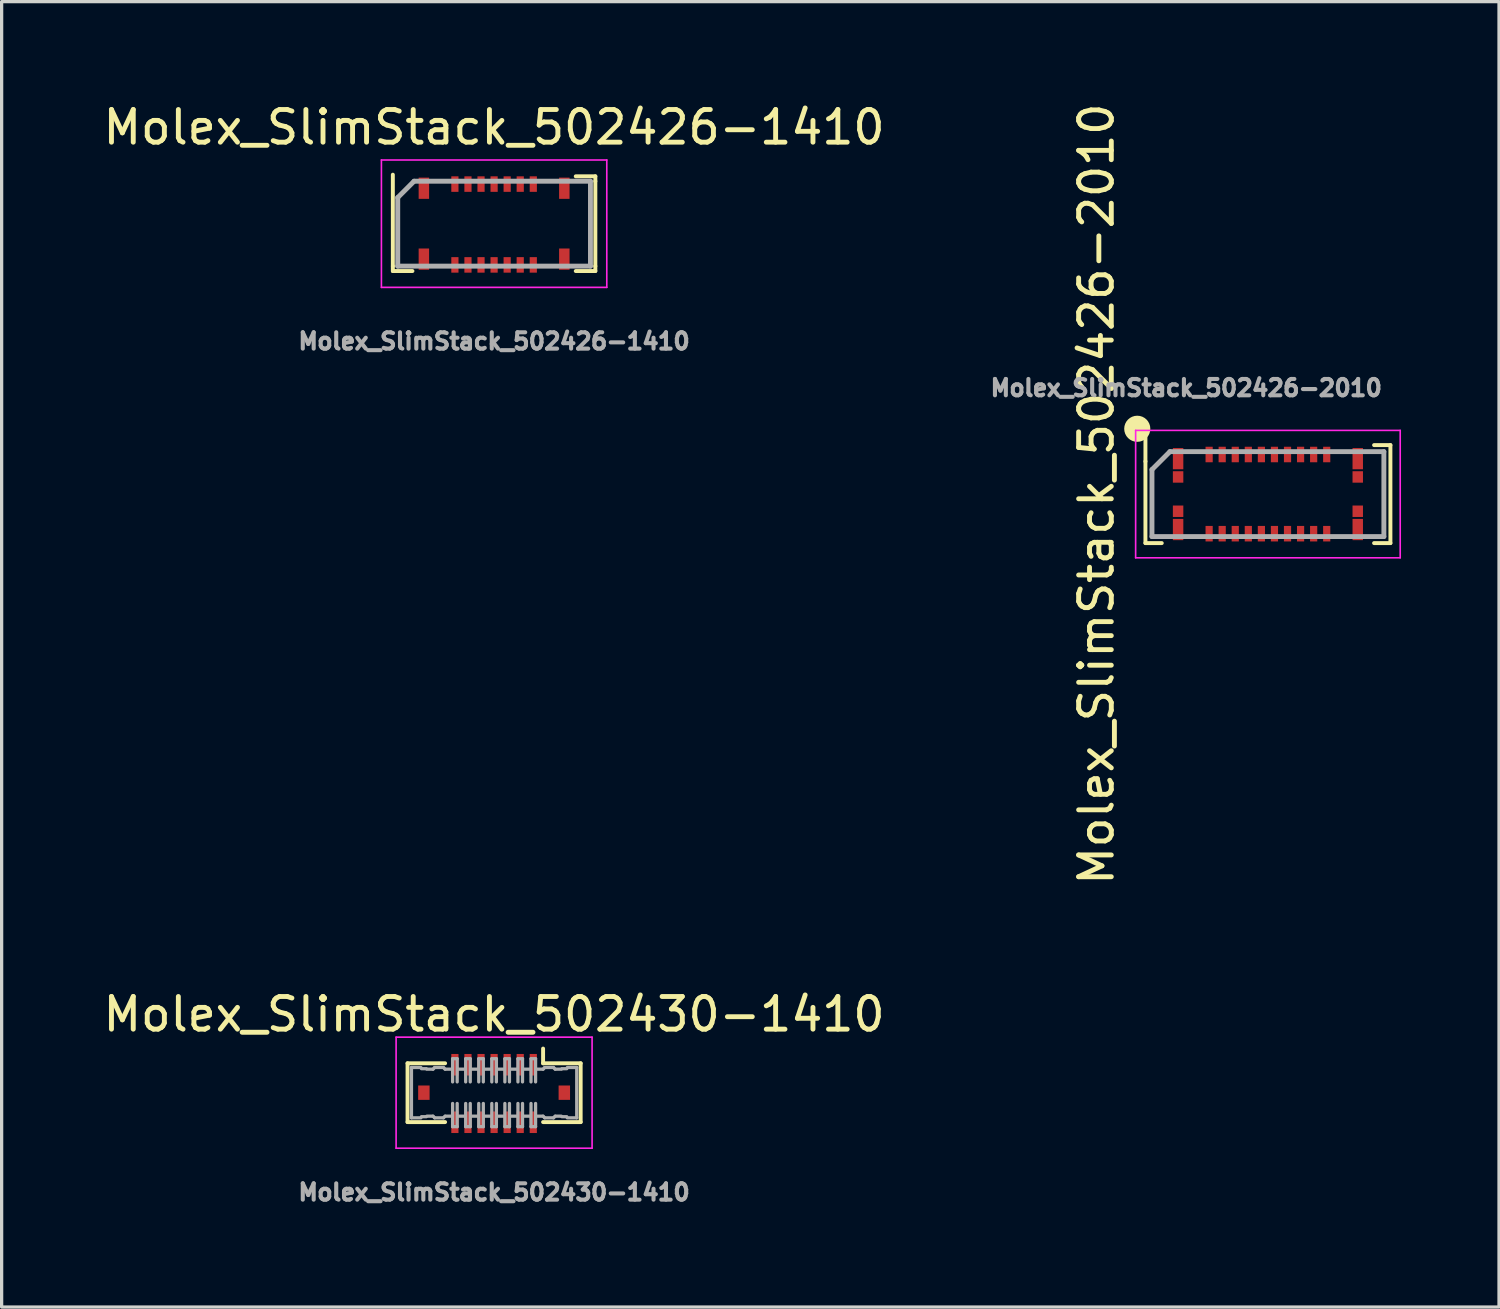
<source format=kicad_pcb>
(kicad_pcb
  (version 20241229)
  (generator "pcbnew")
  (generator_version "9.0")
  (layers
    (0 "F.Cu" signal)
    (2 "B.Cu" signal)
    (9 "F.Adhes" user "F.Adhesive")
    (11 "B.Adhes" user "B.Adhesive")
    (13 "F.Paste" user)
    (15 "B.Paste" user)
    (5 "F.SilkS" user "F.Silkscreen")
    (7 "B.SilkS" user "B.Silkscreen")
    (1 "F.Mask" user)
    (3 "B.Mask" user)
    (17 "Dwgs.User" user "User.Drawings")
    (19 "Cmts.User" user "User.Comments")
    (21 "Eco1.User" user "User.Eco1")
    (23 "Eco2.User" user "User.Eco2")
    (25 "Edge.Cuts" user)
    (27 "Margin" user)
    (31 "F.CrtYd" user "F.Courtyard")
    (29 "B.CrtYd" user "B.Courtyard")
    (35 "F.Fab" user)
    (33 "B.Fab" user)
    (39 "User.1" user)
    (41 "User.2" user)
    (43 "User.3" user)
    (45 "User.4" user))
  (footprint "Molex_SlimStack_502426-2010"
    (layer "F.Cu")
    (at 35.768 12.077)
    (property "Reference" "Molex_SlimStack_502426-2010" (at -5.25 0 90) (layer "F.SilkS") (effects (font (size 1 1) (thickness 0.15))))
    (attr smd)
    (fp_line (start -3.75 -1) (end -3.75 -1.75) (stroke (width 0.12) (type solid)) (layer "F.SilkS"))
    (fp_line (start -3.75 1.5) (end -3.75 -1) (stroke (width 0.12) (type solid)) (layer "F.SilkS"))
    (fp_line (start -3.25 1.5) (end -3.75 1.5) (stroke (width 0.12) (type solid)) (layer "F.SilkS"))
    (fp_line (start 3.25 -1.5) (end 3.75 -1.5) (stroke (width 0.12) (type solid)) (layer "F.SilkS"))
    (fp_line (start 3.75 -1.5) (end 3.75 1.5) (stroke (width 0.12) (type solid)) (layer "F.SilkS"))
    (fp_line (start 3.75 1.5) (end 3.25 1.5) (stroke (width 0.12) (type solid)) (layer "F.SilkS"))
    (fp_circle (center -4 -2) (end -4 -1.8) (stroke (width 0.4) (type solid)) (fill no) (layer "F.SilkS"))
    (fp_line (start -4.05 -1.95) (end 4.05 -1.95) (stroke (width 0.05) (type solid)) (layer "F.CrtYd"))
    (fp_line (start -4.05 1.95) (end -4.05 -1.95) (stroke (width 0.05) (type solid)) (layer "F.CrtYd"))
    (fp_line (start 4.05 -1.95) (end 4.05 1.95) (stroke (width 0.05) (type solid)) (layer "F.CrtYd"))
    (fp_line (start 4.05 1.95) (end -4.05 1.95) (stroke (width 0.05) (type solid)) (layer "F.CrtYd"))
    (fp_line (start -3.55 -0.75) (end -3 -1.3) (stroke (width 0.15) (type solid)) (layer "F.Fab"))
    (fp_line (start -3.55 1.3) (end -3.55 -0.75) (stroke (width 0.15) (type solid)) (layer "F.Fab"))
    (fp_line (start -3 -1.3) (end 3.55 -1.3) (stroke (width 0.15) (type solid)) (layer "F.Fab"))
    (fp_line (start 3.55 -1.3) (end 3.55 1.3) (stroke (width 0.15) (type solid)) (layer "F.Fab"))
    (fp_line (start 3.55 1.3) (end -3.55 1.3) (stroke (width 0.15) (type solid)) (layer "F.Fab"))
    (fp_text user "${REFERENCE}" (at -2.5 -3.25 0) (layer "F.Fab") (effects (font (size 0.5 0.5) (thickness 0.125))))
    (pad "1" smd rect (at -1.8 -1.212) (size 0.22 0.475) (layers "F.Cu" "F.Mask" "F.Paste"))
    (pad "2" smd rect (at -1.8 1.212) (size 0.22 0.475) (layers "F.Cu" "F.Mask" "F.Paste"))
    (pad "3" smd rect (at -1.4 -1.212) (size 0.22 0.475) (layers "F.Cu" "F.Mask" "F.Paste"))
    (pad "4" smd rect (at -1.4 1.212) (size 0.22 0.475) (layers "F.Cu" "F.Mask" "F.Paste"))
    (pad "5" smd rect (at -1 -1.212) (size 0.22 0.475) (layers "F.Cu" "F.Mask" "F.Paste"))
    (pad "6" smd rect (at -1 1.212) (size 0.22 0.475) (layers "F.Cu" "F.Mask" "F.Paste"))
    (pad "7" smd rect (at -0.6 -1.212) (size 0.22 0.475) (layers "F.Cu" "F.Mask" "F.Paste"))
    (pad "8" smd rect (at -0.6 1.212) (size 0.22 0.475) (layers "F.Cu" "F.Mask" "F.Paste"))
    (pad "9" smd rect (at -0.2 -1.212) (size 0.22 0.475) (layers "F.Cu" "F.Mask" "F.Paste"))
    (pad "10" smd rect (at -0.2 1.212) (size 0.22 0.475) (layers "F.Cu" "F.Mask" "F.Paste"))
    (pad "11" smd rect (at 0.2 -1.212) (size 0.22 0.475) (layers "F.Cu" "F.Mask" "F.Paste"))
    (pad "12" smd rect (at 0.2 1.212) (size 0.22 0.475) (layers "F.Cu" "F.Mask" "F.Paste"))
    (pad "13" smd rect (at 0.6 -1.212) (size 0.22 0.475) (layers "F.Cu" "F.Mask" "F.Paste"))
    (pad "14" smd rect (at 0.6 1.212) (size 0.22 0.475) (layers "F.Cu" "F.Mask" "F.Paste"))
    (pad "15" smd rect (at 1 -1.212) (size 0.22 0.475) (layers "F.Cu" "F.Mask" "F.Paste"))
    (pad "16" smd rect (at 1 1.212) (size 0.22 0.475) (layers "F.Cu" "F.Mask" "F.Paste"))
    (pad "17" smd rect (at 1.4 -1.212) (size 0.22 0.475) (layers "F.Cu" "F.Mask" "F.Paste"))
    (pad "18" smd rect (at 1.4 1.212) (size 0.22 0.475) (layers "F.Cu" "F.Mask" "F.Paste"))
    (pad "19" smd rect (at 1.8 -1.212) (size 0.22 0.475) (layers "F.Cu" "F.Mask" "F.Paste"))
    (pad "20" smd rect (at 1.8 1.212) (size 0.22 0.475) (layers "F.Cu" "F.Mask" "F.Paste"))
    (pad "21" smd rect (at -2.75 -1.085) (size 0.32 0.65) (layers "F.Cu" "F.Mask" "F.Paste"))
    (pad "21" smd rect (at -2.75 -0.525) (size 0.32 0.35) (layers "F.Cu" "F.Mask" "F.Paste"))
    (pad "21" smd rect (at -2.75 0.525) (size 0.32 0.35) (layers "F.Cu" "F.Mask" "F.Paste"))
    (pad "21" smd rect (at -2.75 1.085) (size 0.32 0.65) (layers "F.Cu" "F.Mask" "F.Paste"))
    (pad "21" smd rect (at 2.75 -1.085) (size 0.32 0.65) (layers "F.Cu" "F.Mask" "F.Paste"))
    (pad "21" smd rect (at 2.75 -0.525) (size 0.32 0.35) (layers "F.Cu" "F.Mask" "F.Paste"))
    (pad "21" smd rect (at 2.75 0.525) (size 0.32 0.35) (layers "F.Cu" "F.Mask" "F.Paste"))
    (pad "21" smd rect (at 2.75 1.085) (size 0.32 0.65) (layers "F.Cu" "F.Mask" "F.Paste")))
  (footprint "Molex_SlimStack_502426-1410"
    (layer "F.Cu")
    (at 12.077 3.798)
    (property "Reference" "Molex_SlimStack_502426-1410" (at 0 -2.95 0) (layer "F.SilkS") (effects (font (size 1 1) (thickness 0.15))))
    (attr smd)
    (fp_line (start -3.1 1.3) (end -3.1 -1.5) (stroke (width 0.12) (type solid)) (layer "F.SilkS"))
    (fp_line (start -3.1 1.3) (end -3.1 1.45) (stroke (width 0.12) (type solid)) (layer "F.SilkS"))
    (fp_line (start -3.1 1.45) (end -2.5 1.45) (stroke (width 0.12) (type solid)) (layer "F.SilkS"))
    (fp_line (start 3.1 -1.45) (end 2.5 -1.45) (stroke (width 0.12) (type solid)) (layer "F.SilkS"))
    (fp_line (start 3.1 -1.3) (end 3.1 -1.45) (stroke (width 0.12) (type solid)) (layer "F.SilkS"))
    (fp_line (start 3.1 1.3) (end 3.1 -1.3) (stroke (width 0.12) (type solid)) (layer "F.SilkS"))
    (fp_line (start 3.1 1.3) (end 3.1 1.45) (stroke (width 0.12) (type solid)) (layer "F.SilkS"))
    (fp_line (start 3.1 1.45) (end 2.5 1.45) (stroke (width 0.12) (type solid)) (layer "F.SilkS"))
    (fp_line (start -3.45 1.95) (end -3.45 -1.95) (stroke (width 0.05) (type solid)) (layer "F.CrtYd"))
    (fp_line (start 3.45 -1.95) (end -3.45 -1.95) (stroke (width 0.05) (type solid)) (layer "F.CrtYd"))
    (fp_line (start 3.45 -1.95) (end 3.45 1.95) (stroke (width 0.05) (type solid)) (layer "F.CrtYd"))
    (fp_line (start 3.45 1.95) (end -3.45 1.95) (stroke (width 0.05) (type solid)) (layer "F.CrtYd"))
    (fp_line (start -2.95 -0.8) (end -2.45 -1.3) (stroke (width 0.15) (type solid)) (layer "F.Fab"))
    (fp_line (start -2.95 1.3) (end -2.95 -0.8) (stroke (width 0.15) (type solid)) (layer "F.Fab"))
    (fp_line (start -2.45 -1.3) (end 2.95 -1.3) (stroke (width 0.15) (type solid)) (layer "F.Fab"))
    (fp_line (start 2.95 -1.3) (end 2.95 1.3) (stroke (width 0.15) (type solid)) (layer "F.Fab"))
    (fp_line (start 2.95 1.3) (end -2.95 1.3) (stroke (width 0.15) (type solid)) (layer "F.Fab"))
    (fp_text user "${REFERENCE}" (at 0 3.6 0) (layer "F.Fab") (effects (font (size 0.5 0.5) (thickness 0.125))))
    (pad "1" smd rect (at -1.2 -1.212) (size 0.22 0.475) (layers "F.Cu" "F.Mask" "F.Paste"))
    (pad "2" smd rect (at -1.2 1.262) (size 0.22 0.475) (layers "F.Cu" "F.Mask" "F.Paste"))
    (pad "3" smd rect (at -0.8 -1.212) (size 0.22 0.475) (layers "F.Cu" "F.Mask" "F.Paste"))
    (pad "4" smd rect (at -0.8 1.262) (size 0.22 0.475) (layers "F.Cu" "F.Mask" "F.Paste"))
    (pad "5" smd rect (at -0.4 -1.212) (size 0.22 0.475) (layers "F.Cu" "F.Mask" "F.Paste"))
    (pad "6" smd rect (at -0.4 1.262) (size 0.22 0.475) (layers "F.Cu" "F.Mask" "F.Paste"))
    (pad "7" smd rect (at 0 -1.212) (size 0.22 0.475) (layers "F.Cu" "F.Mask" "F.Paste"))
    (pad "8" smd rect (at 0 1.262) (size 0.22 0.475) (layers "F.Cu" "F.Mask" "F.Paste"))
    (pad "9" smd rect (at 0.4 -1.212) (size 0.22 0.475) (layers "F.Cu" "F.Mask" "F.Paste"))
    (pad "10" smd rect (at 0.4 1.262) (size 0.22 0.475) (layers "F.Cu" "F.Mask" "F.Paste"))
    (pad "11" smd rect (at 0.8 -1.212) (size 0.22 0.475) (layers "F.Cu" "F.Mask" "F.Paste"))
    (pad "12" smd rect (at 0.8 1.262) (size 0.22 0.475) (layers "F.Cu" "F.Mask" "F.Paste"))
    (pad "13" smd rect (at 1.2 -1.212) (size 0.22 0.475) (layers "F.Cu" "F.Mask" "F.Paste"))
    (pad "14" smd rect (at 1.2 1.262) (size 0.22 0.475) (layers "F.Cu" "F.Mask" "F.Paste"))
    (pad "15" smd rect (at -2.15 -1.085) (size 0.32 0.65) (layers "F.Cu" "F.Mask" "F.Paste"))
    (pad "15" smd rect (at -2.15 1.085) (size 0.32 0.65) (layers "F.Cu" "F.Mask" "F.Paste"))
    (pad "15" smd rect (at 2.15 -1.085) (size 0.32 0.65) (layers "F.Cu" "F.Mask" "F.Paste"))
    (pad "15" smd rect (at 2.15 1.085) (size 0.32 0.65) (layers "F.Cu" "F.Mask" "F.Paste")))
  (footprint "Molex_SlimStack_502430-1410"
    (layer "F.Cu")
    (at 12.077 30.403)
    (property "Reference" "Molex_SlimStack_502430-1410" (at 0 -2.4 0) (layer "F.SilkS") (effects (font (size 1 1) (thickness 0.15))))
    (attr smd)
    (fp_line (start -2.65 -0.9) (end -1.5 -0.9) (stroke (width 0.12) (type solid)) (layer "F.SilkS"))
    (fp_line (start -2.65 0.9) (end -2.65 -0.9) (stroke (width 0.12) (type solid)) (layer "F.SilkS"))
    (fp_line (start -1.5 0.9) (end -2.65 0.9) (stroke (width 0.12) (type solid)) (layer "F.SilkS"))
    (fp_line (start 1.5 -0.9) (end 1.5 -1.35) (stroke (width 0.12) (type solid)) (layer "F.SilkS"))
    (fp_line (start 1.5 0.9) (end 2.65 0.9) (stroke (width 0.12) (type solid)) (layer "F.SilkS"))
    (fp_line (start 2.65 -0.9) (end 1.5 -0.9) (stroke (width 0.12) (type solid)) (layer "F.SilkS"))
    (fp_line (start 2.65 0.9) (end 2.65 -0.9) (stroke (width 0.12) (type solid)) (layer "F.SilkS"))
    (fp_line (start -3 -1.7) (end 3 -1.7) (stroke (width 0.05) (type solid)) (layer "F.CrtYd"))
    (fp_line (start -3 1.7) (end -3 -1.7) (stroke (width 0.05) (type solid)) (layer "F.CrtYd"))
    (fp_line (start 3 1.7) (end -3 1.7) (stroke (width 0.05) (type solid)) (layer "F.CrtYd"))
    (fp_line (start 3 1.7) (end 3 -1.7) (stroke (width 0.05) (type solid)) (layer "F.CrtYd"))
    (fp_line (start -2.53 -0.77) (end -2.24 -0.77) (stroke (width 0.1) (type solid)) (layer "F.Fab"))
    (fp_line (start -2.53 0.77) (end -2.53 -0.77) (stroke (width 0.1) (type solid)) (layer "F.Fab"))
    (fp_line (start -2.24 0.77) (end -2.53 0.77) (stroke (width 0.1) (type solid)) (layer "F.Fab"))
    (fp_line (start -2.225 -0.735) (end -2.075 -0.735) (stroke (width 0.1) (type solid)) (layer "F.Fab"))
    (fp_line (start -2.225 0.735) (end -2.075 0.735) (stroke (width 0.1) (type solid)) (layer "F.Fab"))
    (fp_line (start -2.06 -0.72) (end -1.87 -0.72) (stroke (width 0.1) (type solid)) (layer "F.Fab"))
    (fp_line (start -1.87 -0.72) (end -1.82 -0.77) (stroke (width 0.1) (type solid)) (layer "F.Fab"))
    (fp_line (start -1.87 0.72) (end -2.06 0.72) (stroke (width 0.1) (type solid)) (layer "F.Fab"))
    (fp_line (start -1.82 -0.77) (end -1.55 -0.77) (stroke (width 0.1) (type solid)) (layer "F.Fab"))
    (fp_line (start -1.82 0.77) (end -1.87 0.72) (stroke (width 0.1) (type solid)) (layer "F.Fab"))
    (fp_line (start -1.55 -0.77) (end -1.5 -0.72) (stroke (width 0.1) (type solid)) (layer "F.Fab"))
    (fp_line (start -1.55 0.77) (end -1.82 0.77) (stroke (width 0.1) (type solid)) (layer "F.Fab"))
    (fp_line (start -1.5 -0.72) (end -1.31 -0.72) (stroke (width 0.1) (type solid)) (layer "F.Fab"))
    (fp_line (start -1.5 0.72) (end -1.55 0.77) (stroke (width 0.1) (type solid)) (layer "F.Fab"))
    (fp_line (start -1.31 0.72) (end -1.5 0.72) (stroke (width 0.1) (type solid)) (layer "F.Fab"))
    (fp_line (start -1.27 -1.04) (end -1.27 -0.33) (stroke (width 0.1) (type solid)) (layer "F.Fab"))
    (fp_line (start -1.27 0.33) (end -1.27 1.04) (stroke (width 0.1) (type solid)) (layer "F.Fab"))
    (fp_line (start -1.13 -1.04) (end -1.27 -1.04) (stroke (width 0.1) (type solid)) (layer "F.Fab"))
    (fp_line (start -1.13 -1.04) (end -1.13 -0.33) (stroke (width 0.1) (type solid)) (layer "F.Fab"))
    (fp_line (start -1.13 0.33) (end -1.13 1.04) (stroke (width 0.1) (type solid)) (layer "F.Fab"))
    (fp_line (start -1.13 1.04) (end -1.27 1.04) (stroke (width 0.1) (type solid)) (layer "F.Fab"))
    (fp_line (start -1.09 -0.72) (end -0.91 -0.72) (stroke (width 0.1) (type solid)) (layer "F.Fab"))
    (fp_line (start -0.91 0.72) (end -1.09 0.72) (stroke (width 0.1) (type solid)) (layer "F.Fab"))
    (fp_line (start -0.87 -1.04) (end -0.87 -0.33) (stroke (width 0.1) (type solid)) (layer "F.Fab"))
    (fp_line (start -0.87 0.33) (end -0.87 1.04) (stroke (width 0.1) (type solid)) (layer "F.Fab"))
    (fp_line (start -0.73 -1.04) (end -0.87 -1.04) (stroke (width 0.1) (type solid)) (layer "F.Fab"))
    (fp_line (start -0.73 -1.04) (end -0.73 -0.33) (stroke (width 0.1) (type solid)) (layer "F.Fab"))
    (fp_line (start -0.73 0.33) (end -0.73 1.04) (stroke (width 0.1) (type solid)) (layer "F.Fab"))
    (fp_line (start -0.73 1.04) (end -0.87 1.04) (stroke (width 0.1) (type solid)) (layer "F.Fab"))
    (fp_line (start -0.69 -0.72) (end -0.51 -0.72) (stroke (width 0.1) (type solid)) (layer "F.Fab"))
    (fp_line (start -0.51 0.72) (end -0.69 0.72) (stroke (width 0.1) (type solid)) (layer "F.Fab"))
    (fp_line (start -0.47 -1.04) (end -0.47 -0.33) (stroke (width 0.1) (type solid)) (layer "F.Fab"))
    (fp_line (start -0.47 0.33) (end -0.47 1.04) (stroke (width 0.1) (type solid)) (layer "F.Fab"))
    (fp_line (start -0.33 -1.04) (end -0.47 -1.04) (stroke (width 0.1) (type solid)) (layer "F.Fab"))
    (fp_line (start -0.33 -1.04) (end -0.33 -0.33) (stroke (width 0.1) (type solid)) (layer "F.Fab"))
    (fp_line (start -0.33 0.33) (end -0.33 1.04) (stroke (width 0.1) (type solid)) (layer "F.Fab"))
    (fp_line (start -0.33 1.04) (end -0.47 1.04) (stroke (width 0.1) (type solid)) (layer "F.Fab"))
    (fp_line (start -0.29 -0.72) (end -0.11 -0.72) (stroke (width 0.1) (type solid)) (layer "F.Fab"))
    (fp_line (start -0.11 0.72) (end -0.29 0.72) (stroke (width 0.1) (type solid)) (layer "F.Fab"))
    (fp_line (start -0.07 -1.04) (end -0.07 -0.33) (stroke (width 0.1) (type solid)) (layer "F.Fab"))
    (fp_line (start -0.07 0.33) (end -0.07 1.04) (stroke (width 0.1) (type solid)) (layer "F.Fab"))
    (fp_line (start 0.07 -1.04) (end -0.07 -1.04) (stroke (width 0.1) (type solid)) (layer "F.Fab"))
    (fp_line (start 0.07 -1.04) (end 0.07 -0.33) (stroke (width 0.1) (type solid)) (layer "F.Fab"))
    (fp_line (start 0.07 0.33) (end 0.07 1.04) (stroke (width 0.1) (type solid)) (layer "F.Fab"))
    (fp_line (start 0.07 1.04) (end -0.07 1.04) (stroke (width 0.1) (type solid)) (layer "F.Fab"))
    (fp_line (start 0.11 -0.72) (end 0.29 -0.72) (stroke (width 0.1) (type solid)) (layer "F.Fab"))
    (fp_line (start 0.29 0.72) (end 0.11 0.72) (stroke (width 0.1) (type solid)) (layer "F.Fab"))
    (fp_line (start 0.33 -1.04) (end 0.33 -0.33) (stroke (width 0.1) (type solid)) (layer "F.Fab"))
    (fp_line (start 0.33 0.33) (end 0.33 1.04) (stroke (width 0.1) (type solid)) (layer "F.Fab"))
    (fp_line (start 0.47 -1.04) (end 0.33 -1.04) (stroke (width 0.1) (type solid)) (layer "F.Fab"))
    (fp_line (start 0.47 -1.04) (end 0.47 -0.33) (stroke (width 0.1) (type solid)) (layer "F.Fab"))
    (fp_line (start 0.47 0.33) (end 0.47 1.04) (stroke (width 0.1) (type solid)) (layer "F.Fab"))
    (fp_line (start 0.47 1.04) (end 0.33 1.04) (stroke (width 0.1) (type solid)) (layer "F.Fab"))
    (fp_line (start 0.51 -0.72) (end 0.69 -0.72) (stroke (width 0.1) (type solid)) (layer "F.Fab"))
    (fp_line (start 0.69 0.72) (end 0.51 0.72) (stroke (width 0.1) (type solid)) (layer "F.Fab"))
    (fp_line (start 0.73 -1.04) (end 0.73 -0.33) (stroke (width 0.1) (type solid)) (layer "F.Fab"))
    (fp_line (start 0.73 0.33) (end 0.73 1.04) (stroke (width 0.1) (type solid)) (layer "F.Fab"))
    (fp_line (start 0.87 -1.04) (end 0.73 -1.04) (stroke (width 0.1) (type solid)) (layer "F.Fab"))
    (fp_line (start 0.87 -1.04) (end 0.87 -0.33) (stroke (width 0.1) (type solid)) (layer "F.Fab"))
    (fp_line (start 0.87 0.33) (end 0.87 1.04) (stroke (width 0.1) (type solid)) (layer "F.Fab"))
    (fp_line (start 0.87 1.04) (end 0.73 1.04) (stroke (width 0.1) (type solid)) (layer "F.Fab"))
    (fp_line (start 0.91 -0.72) (end 1.09 -0.72) (stroke (width 0.1) (type solid)) (layer "F.Fab"))
    (fp_line (start 1.09 0.72) (end 0.91 0.72) (stroke (width 0.1) (type solid)) (layer "F.Fab"))
    (fp_line (start 1.13 -1.04) (end 1.13 -0.33) (stroke (width 0.1) (type solid)) (layer "F.Fab"))
    (fp_line (start 1.13 0.33) (end 1.13 1.04) (stroke (width 0.1) (type solid)) (layer "F.Fab"))
    (fp_line (start 1.27 -1.04) (end 1.13 -1.04) (stroke (width 0.1) (type solid)) (layer "F.Fab"))
    (fp_line (start 1.27 -1.04) (end 1.27 -0.33) (stroke (width 0.1) (type solid)) (layer "F.Fab"))
    (fp_line (start 1.27 0.33) (end 1.27 1.04) (stroke (width 0.1) (type solid)) (layer "F.Fab"))
    (fp_line (start 1.27 1.04) (end 1.13 1.04) (stroke (width 0.1) (type solid)) (layer "F.Fab"))
    (fp_line (start 1.31 -0.72) (end 1.5 -0.72) (stroke (width 0.1) (type solid)) (layer "F.Fab"))
    (fp_line (start 1.5 -0.72) (end 1.55 -0.77) (stroke (width 0.1) (type solid)) (layer "F.Fab"))
    (fp_line (start 1.5 0.72) (end 1.31 0.72) (stroke (width 0.1) (type solid)) (layer "F.Fab"))
    (fp_line (start 1.55 -0.77) (end 1.82 -0.77) (stroke (width 0.1) (type solid)) (layer "F.Fab"))
    (fp_line (start 1.55 0.77) (end 1.5 0.72) (stroke (width 0.1) (type solid)) (layer "F.Fab"))
    (fp_line (start 1.82 -0.77) (end 1.87 -0.72) (stroke (width 0.1) (type solid)) (layer "F.Fab"))
    (fp_line (start 1.82 0.77) (end 1.55 0.77) (stroke (width 0.1) (type solid)) (layer "F.Fab"))
    (fp_line (start 1.87 -0.72) (end 2.06 -0.72) (stroke (width 0.1) (type solid)) (layer "F.Fab"))
    (fp_line (start 1.87 0.72) (end 1.82 0.77) (stroke (width 0.1) (type solid)) (layer "F.Fab"))
    (fp_line (start 2.06 0.72) (end 1.87 0.72) (stroke (width 0.1) (type solid)) (layer "F.Fab"))
    (fp_line (start 2.225 -0.735) (end 2.075 -0.735) (stroke (width 0.1) (type solid)) (layer "F.Fab"))
    (fp_line (start 2.225 0.735) (end 2.075 0.735) (stroke (width 0.1) (type solid)) (layer "F.Fab"))
    (fp_line (start 2.24 -0.77) (end 2.53 -0.77) (stroke (width 0.1) (type solid)) (layer "F.Fab"))
    (fp_line (start 2.53 -0.77) (end 2.53 0.77) (stroke (width 0.1) (type solid)) (layer "F.Fab"))
    (fp_line (start 2.53 0.77) (end 2.24 0.77) (stroke (width 0.1) (type solid)) (layer "F.Fab"))
    (fp_text user "${REFERENCE}" (at 0 3.05 0) (layer "F.Fab") (effects (font (size 0.5 0.5) (thickness 0.125))))
    (pad "1" smd rect (at 1.2 -0.855) (size 0.22 0.66) (layers "F.Cu" "F.Mask" "F.Paste"))
    (pad "2" smd rect (at 1.2 0.905) (size 0.22 0.66) (layers "F.Cu" "F.Mask" "F.Paste"))
    (pad "3" smd rect (at 0.8 -0.855) (size 0.22 0.66) (layers "F.Cu" "F.Mask" "F.Paste"))
    (pad "4" smd rect (at 0.8 0.905) (size 0.22 0.66) (layers "F.Cu" "F.Mask" "F.Paste"))
    (pad "5" smd rect (at 0.4 -0.855) (size 0.22 0.66) (layers "F.Cu" "F.Mask" "F.Paste"))
    (pad "6" smd rect (at 0.4 0.905) (size 0.22 0.66) (layers "F.Cu" "F.Mask" "F.Paste"))
    (pad "7" smd rect (at 0 -0.855) (size 0.22 0.66) (layers "F.Cu" "F.Mask" "F.Paste"))
    (pad "8" smd rect (at 0 0.905) (size 0.22 0.66) (layers "F.Cu" "F.Mask" "F.Paste"))
    (pad "9" smd rect (at -0.4 -0.855) (size 0.22 0.66) (layers "F.Cu" "F.Mask" "F.Paste"))
    (pad "10" smd rect (at -0.4 0.905) (size 0.22 0.66) (layers "F.Cu" "F.Mask" "F.Paste"))
    (pad "11" smd rect (at -0.8 -0.855) (size 0.22 0.66) (layers "F.Cu" "F.Mask" "F.Paste"))
    (pad "12" smd rect (at -0.8 0.905) (size 0.22 0.66) (layers "F.Cu" "F.Mask" "F.Paste"))
    (pad "13" smd rect (at -1.2 -0.855) (size 0.22 0.66) (layers "F.Cu" "F.Mask" "F.Paste"))
    (pad "14" smd rect (at -1.2 0.905) (size 0.22 0.66) (layers "F.Cu" "F.Mask" "F.Paste"))
    (pad "15" smd rect (at -2.15 0) (size 0.35 0.44) (layers "F.Cu" "F.Mask" "F.Paste"))
    (pad "15" smd rect (at 2.15 0) (size 0.35 0.44) (layers "F.Cu" "F.Mask" "F.Paste")))
  (gr_rect
    (start -3 -3)
    (end 42.843 36.965)
    (stroke (width 0.1) (type default))
    (fill no)
    (layer "Edge.Cuts")))
</source>
